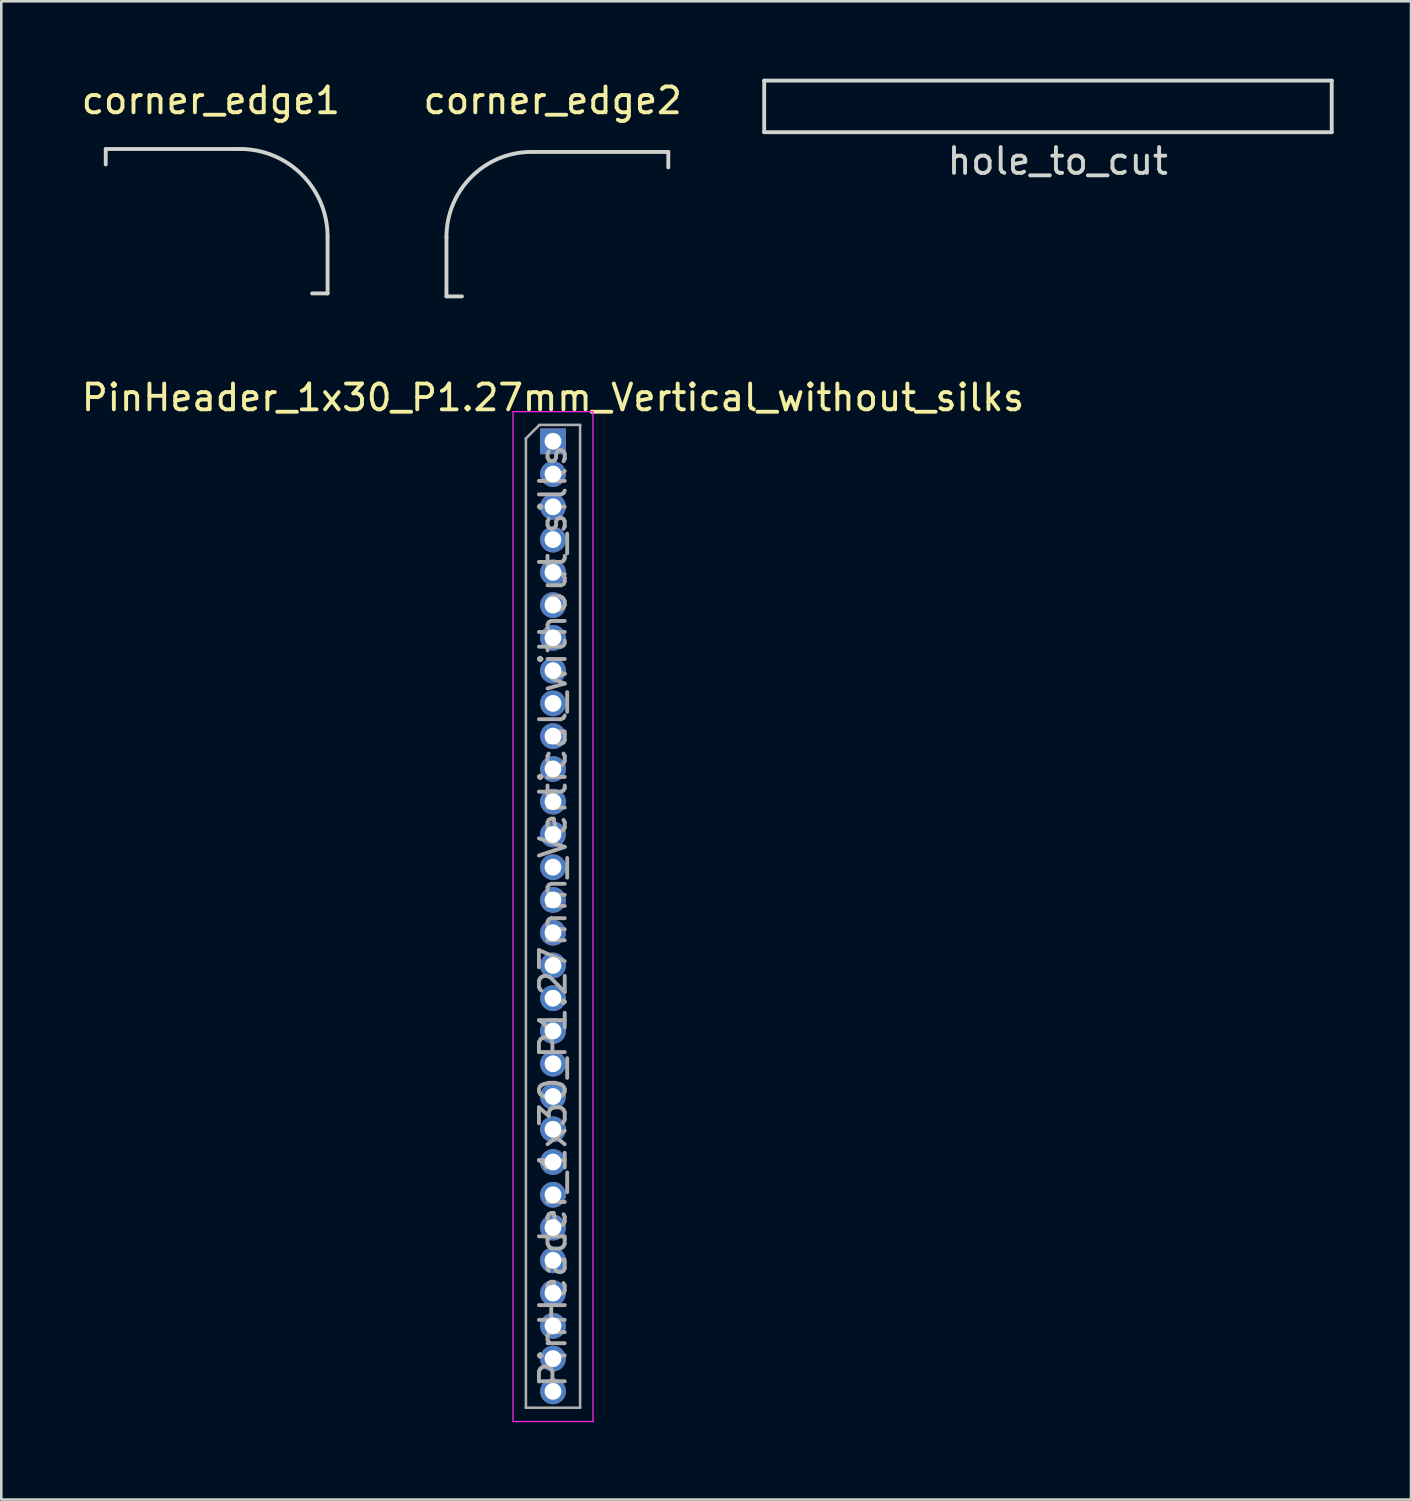
<source format=kicad_pcb>
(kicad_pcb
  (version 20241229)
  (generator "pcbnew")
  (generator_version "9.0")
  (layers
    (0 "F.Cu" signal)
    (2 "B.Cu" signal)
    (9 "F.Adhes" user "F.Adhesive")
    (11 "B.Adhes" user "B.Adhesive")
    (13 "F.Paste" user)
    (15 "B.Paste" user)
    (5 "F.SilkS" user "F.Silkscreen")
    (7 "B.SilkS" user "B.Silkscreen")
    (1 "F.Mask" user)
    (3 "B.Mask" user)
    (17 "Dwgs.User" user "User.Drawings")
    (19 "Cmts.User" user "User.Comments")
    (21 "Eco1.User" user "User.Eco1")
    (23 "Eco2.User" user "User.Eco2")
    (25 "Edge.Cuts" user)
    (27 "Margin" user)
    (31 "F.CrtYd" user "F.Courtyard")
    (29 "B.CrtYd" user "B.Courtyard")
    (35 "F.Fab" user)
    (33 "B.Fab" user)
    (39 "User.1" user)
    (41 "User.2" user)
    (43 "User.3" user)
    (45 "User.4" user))
  (footprint "PinHeader_1x30_P1.27mm_Vertical_without_silks"
    (layer "F.Cu")
    (at 18.387 14.057)
    (property "Reference" "PinHeader_1x30_P1.27mm_Vertical_without_silks" (at 0 -1.695 0) (layer "F.SilkS") (effects (font (size 1 1) (thickness 0.15))))
    (attr through_hole)
    (fp_line (start -1.55 -1.15) (end -1.55 38) (stroke (width 0.05) (type solid)) (layer "F.CrtYd"))
    (fp_line (start -1.55 38) (end 1.55 38) (stroke (width 0.05) (type solid)) (layer "F.CrtYd"))
    (fp_line (start 1.55 -1.15) (end -1.55 -1.15) (stroke (width 0.05) (type solid)) (layer "F.CrtYd"))
    (fp_line (start 1.55 38) (end 1.55 -1.15) (stroke (width 0.05) (type solid)) (layer "F.CrtYd"))
    (fp_line (start -1.05 -0.11) (end -0.525 -0.635) (stroke (width 0.1) (type solid)) (layer "F.Fab"))
    (fp_line (start -1.05 37.465) (end -1.05 -0.11) (stroke (width 0.1) (type solid)) (layer "F.Fab"))
    (fp_line (start -0.525 -0.635) (end 1.05 -0.635) (stroke (width 0.1) (type solid)) (layer "F.Fab"))
    (fp_line (start 1.05 -0.635) (end 1.05 37.465) (stroke (width 0.1) (type solid)) (layer "F.Fab"))
    (fp_line (start 1.05 37.465) (end -1.05 37.465) (stroke (width 0.1) (type solid)) (layer "F.Fab"))
    (fp_text user "${REFERENCE}" (at 0 18.415 90) (layer "F.Fab") (effects (font (size 1 1) (thickness 0.15))))
    (pad "1" thru_hole rect (at 0 0) (size 1 1) (drill 0.65) (layers "*.Cu" "*.Mask"))
    (pad "2" thru_hole oval (at 0 1.27) (size 1 1) (drill 0.65) (layers "*.Cu" "*.Mask"))
    (pad "3" thru_hole oval (at 0 2.54) (size 1 1) (drill 0.65) (layers "*.Cu" "*.Mask"))
    (pad "4" thru_hole oval (at 0 3.81) (size 1 1) (drill 0.65) (layers "*.Cu" "*.Mask"))
    (pad "5" thru_hole oval (at 0 5.08) (size 1 1) (drill 0.65) (layers "*.Cu" "*.Mask"))
    (pad "6" thru_hole oval (at 0 6.35) (size 1 1) (drill 0.65) (layers "*.Cu" "*.Mask"))
    (pad "7" thru_hole oval (at 0 7.62) (size 1 1) (drill 0.65) (layers "*.Cu" "*.Mask"))
    (pad "8" thru_hole oval (at 0 8.89) (size 1 1) (drill 0.65) (layers "*.Cu" "*.Mask"))
    (pad "9" thru_hole oval (at 0 10.16) (size 1 1) (drill 0.65) (layers "*.Cu" "*.Mask"))
    (pad "10" thru_hole oval (at 0 11.43) (size 1 1) (drill 0.65) (layers "*.Cu" "*.Mask"))
    (pad "11" thru_hole oval (at 0 12.7) (size 1 1) (drill 0.65) (layers "*.Cu" "*.Mask"))
    (pad "12" thru_hole oval (at 0 13.97) (size 1 1) (drill 0.65) (layers "*.Cu" "*.Mask"))
    (pad "13" thru_hole oval (at 0 15.24) (size 1 1) (drill 0.65) (layers "*.Cu" "*.Mask"))
    (pad "14" thru_hole oval (at 0 16.51) (size 1 1) (drill 0.65) (layers "*.Cu" "*.Mask"))
    (pad "15" thru_hole oval (at 0 17.78) (size 1 1) (drill 0.65) (layers "*.Cu" "*.Mask"))
    (pad "16" thru_hole oval (at 0 19.05) (size 1 1) (drill 0.65) (layers "*.Cu" "*.Mask"))
    (pad "17" thru_hole oval (at 0 20.32) (size 1 1) (drill 0.65) (layers "*.Cu" "*.Mask"))
    (pad "18" thru_hole oval (at 0 21.59) (size 1 1) (drill 0.65) (layers "*.Cu" "*.Mask"))
    (pad "19" thru_hole oval (at 0 22.86) (size 1 1) (drill 0.65) (layers "*.Cu" "*.Mask"))
    (pad "20" thru_hole oval (at 0 24.13) (size 1 1) (drill 0.65) (layers "*.Cu" "*.Mask"))
    (pad "21" thru_hole oval (at 0 25.4) (size 1 1) (drill 0.65) (layers "*.Cu" "*.Mask"))
    (pad "22" thru_hole oval (at 0 26.67) (size 1 1) (drill 0.65) (layers "*.Cu" "*.Mask"))
    (pad "23" thru_hole oval (at 0 27.94) (size 1 1) (drill 0.65) (layers "*.Cu" "*.Mask"))
    (pad "24" thru_hole oval (at 0 29.21) (size 1 1) (drill 0.65) (layers "*.Cu" "*.Mask"))
    (pad "25" thru_hole oval (at 0 30.48) (size 1 1) (drill 0.65) (layers "*.Cu" "*.Mask"))
    (pad "26" thru_hole oval (at 0 31.75) (size 1 1) (drill 0.65) (layers "*.Cu" "*.Mask"))
    (pad "27" thru_hole oval (at 0 33.02) (size 1 1) (drill 0.65) (layers "*.Cu" "*.Mask"))
    (pad "28" thru_hole oval (at 0 34.29) (size 1 1) (drill 0.65) (layers "*.Cu" "*.Mask"))
    (pad "29" thru_hole oval (at 0 35.56) (size 1 1) (drill 0.65) (layers "*.Cu" "*.Mask"))
    (pad "30" thru_hole oval (at 0 36.83) (size 1 1) (drill 0.65) (layers "*.Cu" "*.Mask")))
  (footprint "corner_edge2"
    (layer "F.Cu")
    (at 14.857 3.439)
    (property "Reference" "corner_edge2" (at 3.518 -2.591 0) (layer "F.SilkS") (effects (font (size 1 1) (thickness 0.15))))
    (attr through_hole)
    (fp_line (start -0.6 2.7) (end -0.6 5) (stroke (width 0.15) (type solid)) (layer "Edge.Cuts"))
    (fp_line (start -0.6 5) (end 0 5) (stroke (width 0.15) (type solid)) (layer "Edge.Cuts"))
    (fp_line (start 8 -0.6) (end 2.7 -0.6) (stroke (width 0.15) (type solid)) (layer "Edge.Cuts"))
    (fp_line (start 8 0) (end 8 -0.6) (stroke (width 0.15) (type solid)) (layer "Edge.Cuts"))
    (fp_arc (start -0.6 2.7) (mid 0.366548 0.366548) (end 2.7 -0.6) (stroke (width 0.15) (type solid)) (layer "Edge.Cuts")))
  (footprint "corner_edge1"
    (layer "F.Cu")
    (at 9.049 3.325)
    (property "Reference" "corner_edge1" (at -3.924 -2.477 0) (layer "F.SilkS") (effects (font (size 1 1) (thickness 0.15))))
    (attr through_hole)
    (fp_line (start -8 -0.6) (end -2.8 -0.6) (stroke (width 0.15) (type solid)) (layer "Edge.Cuts"))
    (fp_line (start -8 0) (end -8 -0.6) (stroke (width 0.15) (type solid)) (layer "Edge.Cuts"))
    (fp_line (start 0.6 2.8) (end 0.6 5) (stroke (width 0.15) (type solid)) (layer "Edge.Cuts"))
    (fp_line (start 0.6 5) (end 0 5) (stroke (width 0.15) (type solid)) (layer "Edge.Cuts"))
    (fp_arc (start -2.8 -0.6) (mid -0.395837 0.395837) (end 0.6 2.8) (stroke (width 0.15) (type solid)) (layer "Edge.Cuts")))
  (footprint "hole_to_cut"
    (layer "F.Cu")
    (at 37.575 1.075)
    (property "Reference" "hole_to_cut" (at 0.381 2.121 0) (layer "Edge.Cuts") (effects (font (size 1 1) (thickness 0.15))))
    (attr through_hole)
    (fp_line (start -11 -1) (end -11 1) (stroke (width 0.15) (type solid)) (layer "Edge.Cuts"))
    (fp_line (start -11 1) (end 11 1) (stroke (width 0.15) (type solid)) (layer "Edge.Cuts"))
    (fp_line (start 11 -1) (end -11 -1) (stroke (width 0.15) (type solid)) (layer "Edge.Cuts"))
    (fp_line (start 11 1) (end 11 -1) (stroke (width 0.15) (type solid)) (layer "Edge.Cuts")))
  (gr_rect
    (start -3 -3)
    (end 51.65 55.082)
    (stroke (width 0.1) (type default))
    (fill no)
    (layer "Edge.Cuts")))
</source>
